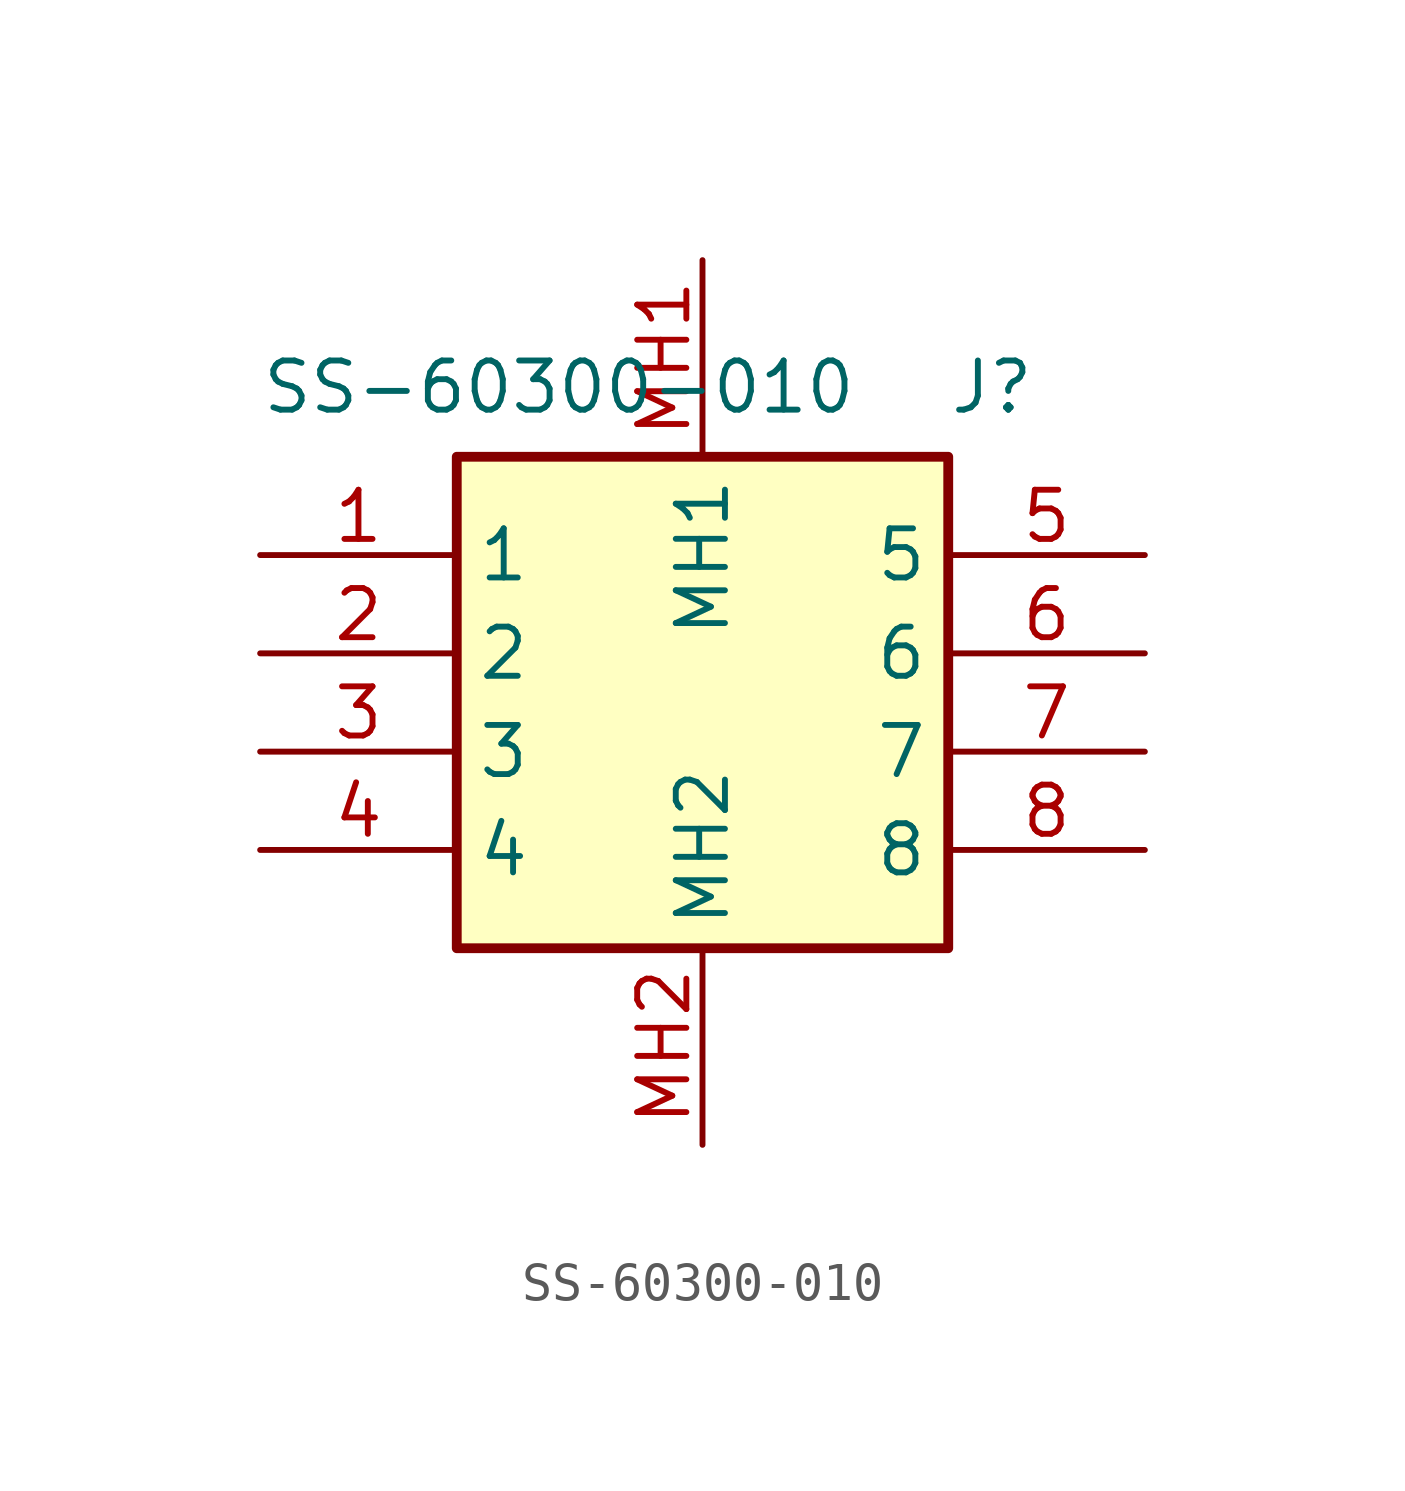
<source format=kicad_sym>
(kicad_symbol_lib
  (version 20220914)
  (generator kicad_symbol_editor)
  (symbol "SS-60300-010"
    (property "Reference" "J"
      (at 17.78 5.08 0)
      (effects (font (size 1.27 1.27)) (justify left top)))
    (property "Value" "SS-60300-010"
      (at 0 5.08 0)
      (effects (font (size 1.27 1.27)) (justify left top)))
    (symbol "SS-60300-010_1_1"
      (rectangle (start 5.08 2.54) (end 17.78 -10.16) (stroke (width 0.254) (type default)) (fill (type background)))
      (pin passive line (at 0 0 0) (length 5.08) (name "1" (effects (font (size 1.27 1.27)))) (number "1" (effects (font (size 1.27 1.27)))))
      (pin passive line (at 0 -2.54 0) (length 5.08) (name "2" (effects (font (size 1.27 1.27)))) (number "2" (effects (font (size 1.27 1.27)))))
      (pin passive line (at 0 -5.08 0) (length 5.08) (name "3" (effects (font (size 1.27 1.27)))) (number "3" (effects (font (size 1.27 1.27)))))
      (pin passive line (at 0 -7.62 0) (length 5.08) (name "4" (effects (font (size 1.27 1.27)))) (number "4" (effects (font (size 1.27 1.27)))))
      (pin passive line (at 22.86 0 180) (length 5.08) (name "5" (effects (font (size 1.27 1.27)))) (number "5" (effects (font (size 1.27 1.27)))))
      (pin passive line (at 22.86 -2.54 180) (length 5.08) (name "6" (effects (font (size 1.27 1.27)))) (number "6" (effects (font (size 1.27 1.27)))))
      (pin passive line (at 22.86 -5.08 180) (length 5.08) (name "7" (effects (font (size 1.27 1.27)))) (number "7" (effects (font (size 1.27 1.27)))))
      (pin passive line (at 22.86 -7.62 180) (length 5.08) (name "8" (effects (font (size 1.27 1.27)))) (number "8" (effects (font (size 1.27 1.27)))))
      (pin passive line (at 11.43 7.62 270) (length 5.08) (name "MH1" (effects (font (size 1.27 1.27)))) (number "MH1" (effects (font (size 1.27 1.27)))))
      (pin passive line (at 11.43 -15.24 90) (length 5.08) (name "MH2" (effects (font (size 1.27 1.27)))) (number "MH2" (effects (font (size 1.27 1.27))))))))
</source>
